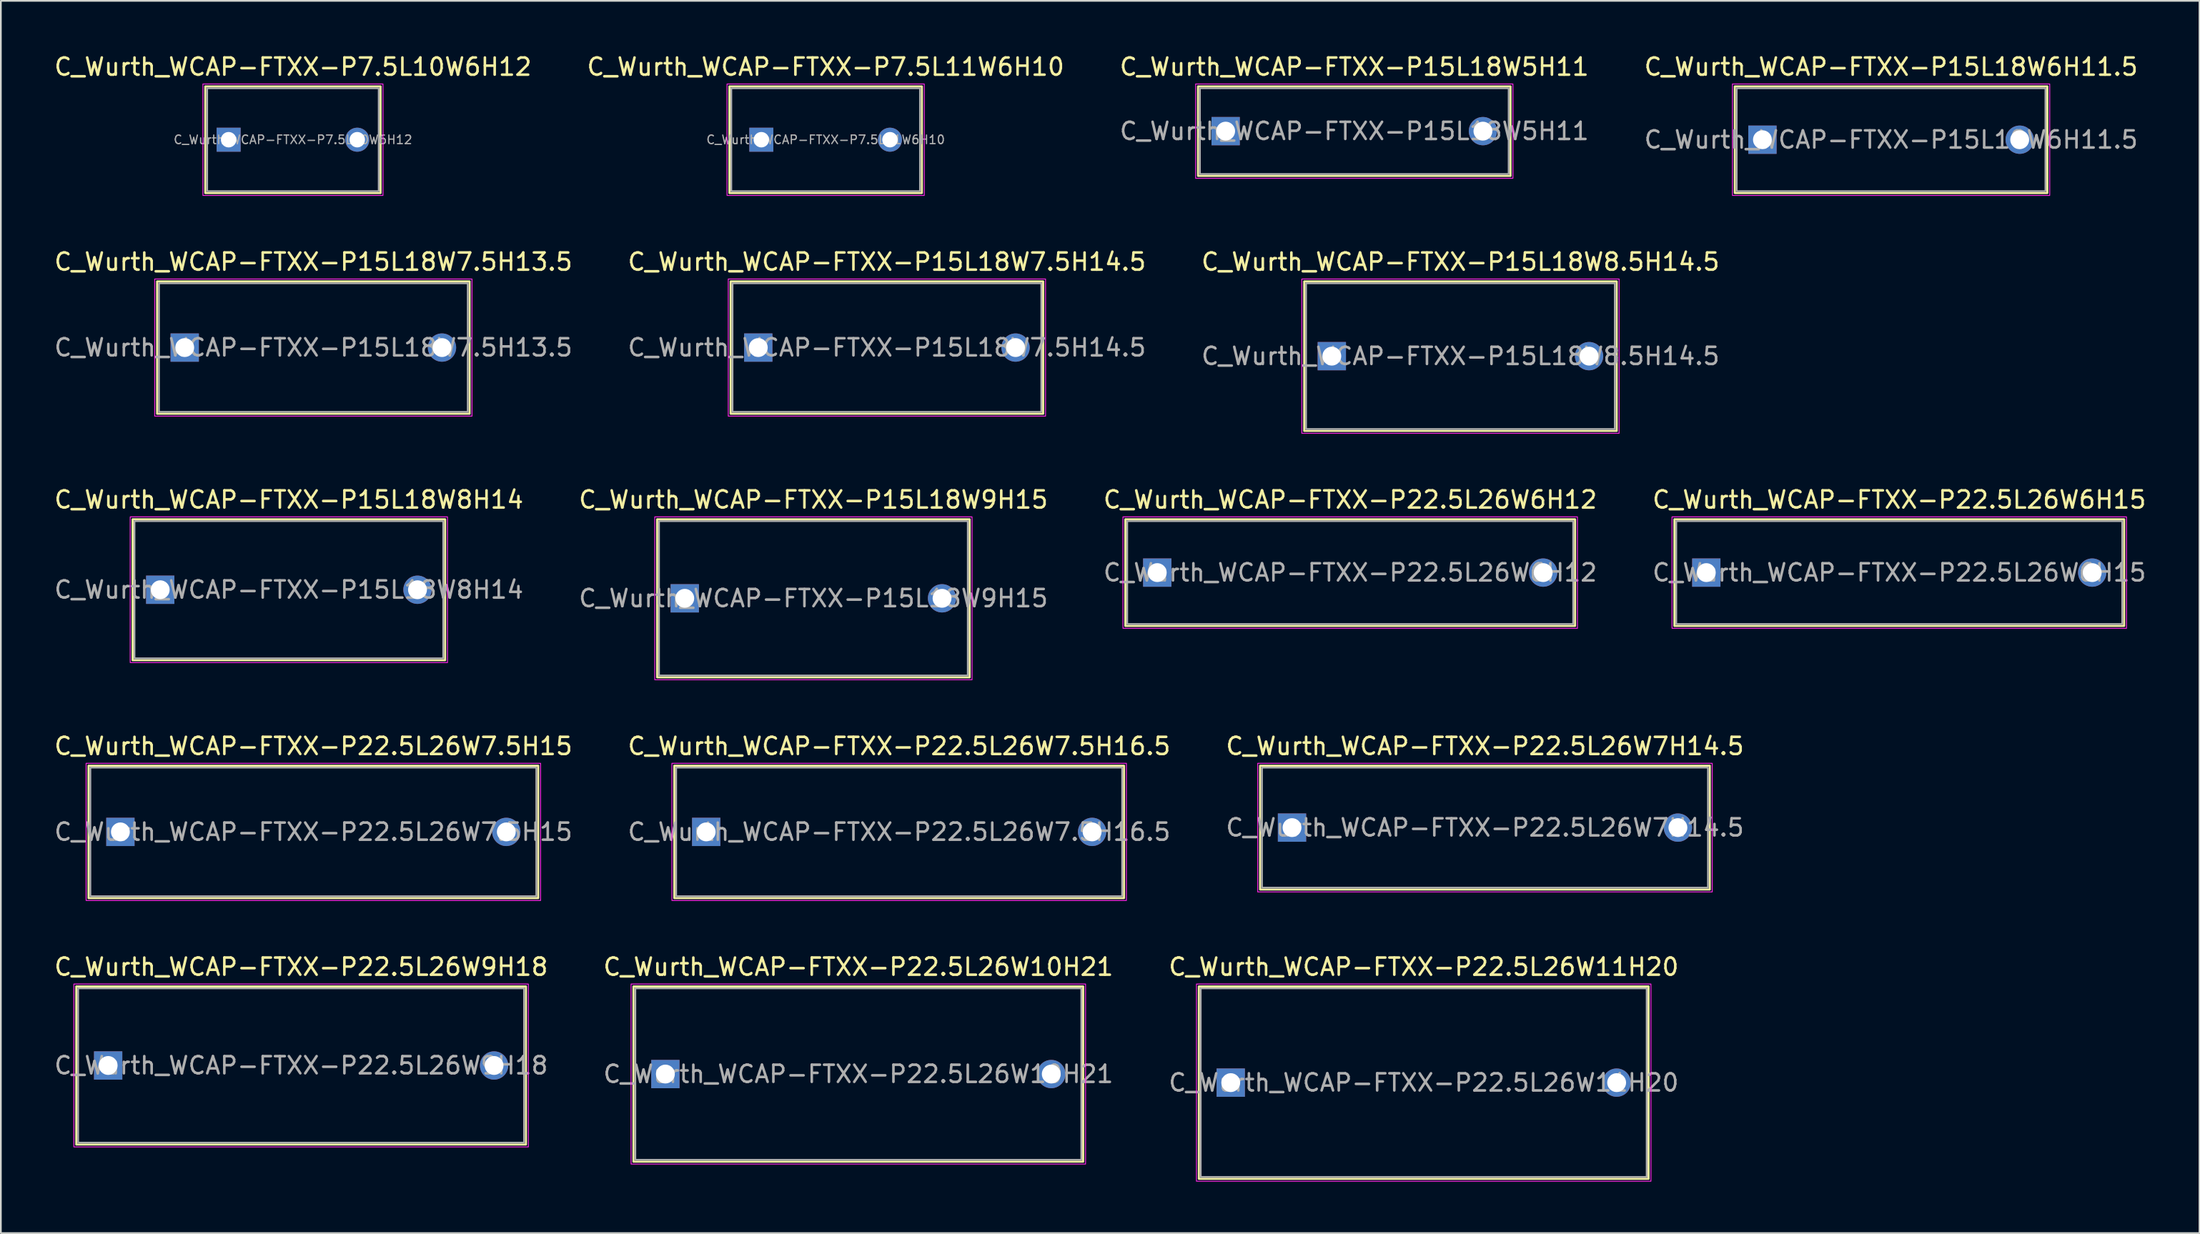
<source format=kicad_pcb>
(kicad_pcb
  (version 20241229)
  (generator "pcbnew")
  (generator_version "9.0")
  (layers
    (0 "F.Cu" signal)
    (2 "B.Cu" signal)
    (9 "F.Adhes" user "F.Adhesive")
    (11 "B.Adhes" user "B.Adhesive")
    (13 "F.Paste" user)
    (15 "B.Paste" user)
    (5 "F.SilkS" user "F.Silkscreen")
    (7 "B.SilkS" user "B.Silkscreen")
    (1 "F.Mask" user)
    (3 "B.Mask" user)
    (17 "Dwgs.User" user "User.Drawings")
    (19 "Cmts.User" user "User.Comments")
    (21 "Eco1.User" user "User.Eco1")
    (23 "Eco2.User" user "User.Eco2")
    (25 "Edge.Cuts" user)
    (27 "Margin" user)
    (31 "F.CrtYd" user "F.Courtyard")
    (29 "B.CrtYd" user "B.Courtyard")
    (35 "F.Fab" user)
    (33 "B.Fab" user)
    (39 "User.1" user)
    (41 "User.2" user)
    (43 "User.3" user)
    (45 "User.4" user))
  (footprint "C_Wurth_WCAP-FTXX-P15L18W7.5H14.5"
    (layer "F.Cu")
    (at 41.161 17.221)
    (property "Reference" "C_Wurth_WCAP-FTXX-P15L18W7.5H14.5" (at 7.5 -5 0) (unlocked yes) (layer "F.SilkS") (effects (font (size 1 1) (thickness 0.15))))
    (attr through_hole)
    (fp_rect (start -1.61 -3.86) (end 16.61 3.86) (stroke (width 0.12) (type solid)) (fill no) (layer "F.SilkS"))
    (fp_rect (start -1.75 -4) (end 16.75 4) (stroke (width 0.05) (type solid)) (fill no) (layer "F.CrtYd"))
    (fp_rect (start -1.5 -3.75) (end 16.5 3.75) (stroke (width 0.1) (type solid)) (fill no) (layer "F.Fab"))
    (fp_text user "${REFERENCE}" (at 7.5 0 0) (unlocked yes) (layer "F.Fab") (effects (font (size 1 1) (thickness 0.15))))
    (pad "1" thru_hole rect (at 0 0) (size 1.65 1.65) (drill 1.1) (layers "*.Cu" "*.Mask"))
    (pad "2" thru_hole circle (at 15 0) (size 1.65 1.65) (drill 1.1) (layers "*.Cu" "*.Mask")))
  (footprint "C_Wurth_WCAP-FTXX-P22.5L26W7H14.5"
    (layer "F.Cu")
    (at 72.28 45.218)
    (property "Reference" "C_Wurth_WCAP-FTXX-P22.5L26W7H14.5" (at 11.25 -4.75 0) (unlocked yes) (layer "F.SilkS") (effects (font (size 1 1) (thickness 0.15))))
    (attr through_hole)
    (fp_rect (start -1.86 -3.61) (end 24.36 3.61) (stroke (width 0.12) (type solid)) (fill no) (layer "F.SilkS"))
    (fp_rect (start -2 -3.75) (end 24.5 3.75) (stroke (width 0.05) (type solid)) (fill no) (layer "F.CrtYd"))
    (fp_rect (start -1.75 -3.5) (end 24.25 3.5) (stroke (width 0.1) (type solid)) (fill no) (layer "F.Fab"))
    (fp_text user "${REFERENCE}" (at 11.25 0 0) (unlocked yes) (layer "F.Fab") (effects (font (size 1 1) (thickness 0.15))))
    (pad "1" thru_hole rect (at 0 0) (size 1.65 1.65) (drill 1.1) (layers "*.Cu" "*.Mask"))
    (pad "2" thru_hole circle (at 22.5 0) (size 1.65 1.65) (drill 1.1) (layers "*.Cu" "*.Mask")))
  (footprint "C_Wurth_WCAP-FTXX-P22.5L26W9H18"
    (layer "F.Cu")
    (at 3.256 59.091)
    (property "Reference" "C_Wurth_WCAP-FTXX-P22.5L26W9H18" (at 11.25 -5.75 0) (unlocked yes) (layer "F.SilkS") (effects (font (size 1 1) (thickness 0.15))))
    (attr through_hole)
    (fp_rect (start -1.86 -4.61) (end 24.36 4.61) (stroke (width 0.12) (type solid)) (fill no) (layer "F.SilkS"))
    (fp_rect (start -2 -4.75) (end 24.5 4.75) (stroke (width 0.05) (type solid)) (fill no) (layer "F.CrtYd"))
    (fp_rect (start -1.75 -4.5) (end 24.25 4.5) (stroke (width 0.1) (type solid)) (fill no) (layer "F.Fab"))
    (fp_text user "${REFERENCE}" (at 11.25 0 0) (unlocked yes) (layer "F.Fab") (effects (font (size 1 1) (thickness 0.15))))
    (pad "1" thru_hole rect (at 0 0) (size 1.65 1.65) (drill 1.1) (layers "*.Cu" "*.Mask"))
    (pad "2" thru_hole circle (at 22.5 0) (size 1.65 1.65) (drill 1.1) (layers "*.Cu" "*.Mask")))
  (footprint "C_Wurth_WCAP-FTXX-P7.5L11W6H10"
    (layer "F.Cu")
    (at 41.339 5.098)
    (property "Reference" "C_Wurth_WCAP-FTXX-P7.5L11W6H10" (at 3.75 -4.25 0) (unlocked yes) (layer "F.SilkS") (effects (font (size 1 1) (thickness 0.15))))
    (attr through_hole)
    (fp_rect (start -1.86 -3.11) (end 9.36 3.11) (stroke (width 0.12) (type solid)) (fill no) (layer "F.SilkS"))
    (fp_rect (start -2 -3.25) (end 9.5 3.25) (stroke (width 0.05) (type solid)) (fill no) (layer "F.CrtYd"))
    (fp_rect (start -1.75 -3) (end 9.25 3) (stroke (width 0.1) (type solid)) (fill no) (layer "F.Fab"))
    (fp_text user "${REFERENCE}" (at 3.75 0 0) (unlocked yes) (layer "F.Fab") (effects (font (size 0.5 0.5) (thickness 0.075))))
    (pad "1" thru_hole rect (at 0 0) (size 1.4 1.4) (drill 0.9) (layers "*.Cu" "*.Mask"))
    (pad "2" thru_hole circle (at 7.5 0) (size 1.4 1.4) (drill 0.9) (layers "*.Cu" "*.Mask")))
  (footprint "C_Wurth_WCAP-FTXX-P22.5L26W7.5H15"
    (layer "F.Cu")
    (at 3.97 45.468)
    (property "Reference" "C_Wurth_WCAP-FTXX-P22.5L26W7.5H15" (at 11.25 -5 0) (unlocked yes) (layer "F.SilkS") (effects (font (size 1 1) (thickness 0.15))))
    (attr through_hole)
    (fp_rect (start -1.86 -3.86) (end 24.36 3.86) (stroke (width 0.12) (type solid)) (fill no) (layer "F.SilkS"))
    (fp_rect (start -2 -4) (end 24.5 4) (stroke (width 0.05) (type solid)) (fill no) (layer "F.CrtYd"))
    (fp_rect (start -1.75 -3.75) (end 24.25 3.75) (stroke (width 0.1) (type solid)) (fill no) (layer "F.Fab"))
    (fp_text user "${REFERENCE}" (at 11.25 0 0) (unlocked yes) (layer "F.Fab") (effects (font (size 1 1) (thickness 0.15))))
    (pad "1" thru_hole rect (at 0 0) (size 1.65 1.65) (drill 1.1) (layers "*.Cu" "*.Mask"))
    (pad "2" thru_hole circle (at 22.5 0) (size 1.65 1.65) (drill 1.1) (layers "*.Cu" "*.Mask")))
  (footprint "C_Wurth_WCAP-FTXX-P15L18W5H11"
    (layer "F.Cu")
    (at 68.411 4.598)
    (property "Reference" "C_Wurth_WCAP-FTXX-P15L18W5H11" (at 7.5 -3.75 0) (unlocked yes) (layer "F.SilkS") (effects (font (size 1 1) (thickness 0.15))))
    (attr through_hole)
    (fp_rect (start -1.61 -2.61) (end 16.61 2.61) (stroke (width 0.12) (type solid)) (fill no) (layer "F.SilkS"))
    (fp_rect (start -1.75 -2.75) (end 16.75 2.75) (stroke (width 0.05) (type solid)) (fill no) (layer "F.CrtYd"))
    (fp_rect (start -1.5 -2.5) (end 16.5 2.5) (stroke (width 0.1) (type solid)) (fill no) (layer "F.Fab"))
    (fp_text user "${REFERENCE}" (at 7.5 0 0) (unlocked yes) (layer "F.Fab") (effects (font (size 1 1) (thickness 0.15))))
    (pad "1" thru_hole rect (at 0 0) (size 1.65 1.65) (drill 1.1) (layers "*.Cu" "*.Mask"))
    (pad "2" thru_hole circle (at 15 0) (size 1.65 1.65) (drill 1.1) (layers "*.Cu" "*.Mask")))
  (footprint "C_Wurth_WCAP-FTXX-P15L18W7.5H13.5"
    (layer "F.Cu")
    (at 7.72 17.221)
    (property "Reference" "C_Wurth_WCAP-FTXX-P15L18W7.5H13.5" (at 7.5 -5 0) (unlocked yes) (layer "F.SilkS") (effects (font (size 1 1) (thickness 0.15))))
    (attr through_hole)
    (fp_rect (start -1.61 -3.86) (end 16.61 3.86) (stroke (width 0.12) (type solid)) (fill no) (layer "F.SilkS"))
    (fp_rect (start -1.75 -4) (end 16.75 4) (stroke (width 0.05) (type solid)) (fill no) (layer "F.CrtYd"))
    (fp_rect (start -1.5 -3.75) (end 16.5 3.75) (stroke (width 0.1) (type solid)) (fill no) (layer "F.Fab"))
    (fp_text user "${REFERENCE}" (at 7.5 0 0) (unlocked yes) (layer "F.Fab") (effects (font (size 1 1) (thickness 0.15))))
    (pad "1" thru_hole rect (at 0 0) (size 1.65 1.65) (drill 1.1) (layers "*.Cu" "*.Mask"))
    (pad "2" thru_hole circle (at 15 0) (size 1.65 1.65) (drill 1.1) (layers "*.Cu" "*.Mask")))
  (footprint "C_Wurth_WCAP-FTXX-P7.5L10W6H12"
    (layer "F.Cu")
    (at 10.28 5.098)
    (property "Reference" "C_Wurth_WCAP-FTXX-P7.5L10W6H12" (at 3.75 -4.25 0) (unlocked yes) (layer "F.SilkS") (effects (font (size 1 1) (thickness 0.15))))
    (attr through_hole)
    (fp_rect (start -1.36 -3.11) (end 8.86 3.11) (stroke (width 0.12) (type solid)) (fill no) (layer "F.SilkS"))
    (fp_rect (start -1.5 -3.25) (end 9 3.25) (stroke (width 0.05) (type solid)) (fill no) (layer "F.CrtYd"))
    (fp_rect (start -1.25 -3) (end 8.75 3) (stroke (width 0.1) (type solid)) (fill no) (layer "F.Fab"))
    (fp_text user "${REFERENCE}" (at 3.75 0 0) (unlocked yes) (layer "F.Fab") (effects (font (size 0.5 0.5) (thickness 0.075))))
    (pad "1" thru_hole rect (at 0 0) (size 1.4 1.4) (drill 0.9) (layers "*.Cu" "*.Mask"))
    (pad "2" thru_hole circle (at 7.5 0) (size 1.4 1.4) (drill 0.9) (layers "*.Cu" "*.Mask")))
  (footprint "C_Wurth_WCAP-FTXX-P22.5L26W7.5H16.5"
    (layer "F.Cu")
    (at 38.125 45.468)
    (property "Reference" "C_Wurth_WCAP-FTXX-P22.5L26W7.5H16.5" (at 11.25 -5 0) (unlocked yes) (layer "F.SilkS") (effects (font (size 1 1) (thickness 0.15))))
    (attr through_hole)
    (fp_rect (start -1.86 -3.86) (end 24.36 3.86) (stroke (width 0.12) (type solid)) (fill no) (layer "F.SilkS"))
    (fp_rect (start -2 -4) (end 24.5 4) (stroke (width 0.05) (type solid)) (fill no) (layer "F.CrtYd"))
    (fp_rect (start -1.75 -3.75) (end 24.25 3.75) (stroke (width 0.1) (type solid)) (fill no) (layer "F.Fab"))
    (fp_text user "${REFERENCE}" (at 11.25 0 0) (unlocked yes) (layer "F.Fab") (effects (font (size 1 1) (thickness 0.15))))
    (pad "1" thru_hole rect (at 0 0) (size 1.65 1.65) (drill 1.1) (layers "*.Cu" "*.Mask"))
    (pad "2" thru_hole circle (at 22.5 0) (size 1.65 1.65) (drill 1.1) (layers "*.Cu" "*.Mask")))
  (footprint "C_Wurth_WCAP-FTXX-P22.5L26W6H12"
    (layer "F.Cu")
    (at 64.423 30.345)
    (property "Reference" "C_Wurth_WCAP-FTXX-P22.5L26W6H12" (at 11.25 -4.25 0) (unlocked yes) (layer "F.SilkS") (effects (font (size 1 1) (thickness 0.15))))
    (attr through_hole)
    (fp_rect (start -1.86 -3.11) (end 24.36 3.11) (stroke (width 0.12) (type solid)) (fill no) (layer "F.SilkS"))
    (fp_rect (start -2 -3.25) (end 24.5 3.25) (stroke (width 0.05) (type solid)) (fill no) (layer "F.CrtYd"))
    (fp_rect (start -1.75 -3) (end 24.25 3) (stroke (width 0.1) (type solid)) (fill no) (layer "F.Fab"))
    (fp_text user "${REFERENCE}" (at 11.25 0 0) (unlocked yes) (layer "F.Fab") (effects (font (size 1 1) (thickness 0.15))))
    (pad "1" thru_hole rect (at 0 0) (size 1.65 1.65) (drill 1.1) (layers "*.Cu" "*.Mask"))
    (pad "2" thru_hole circle (at 22.5 0) (size 1.65 1.65) (drill 1.1) (layers "*.Cu" "*.Mask")))
  (footprint "C_Wurth_WCAP-FTXX-P22.5L26W6H15"
    (layer "F.Cu")
    (at 96.435 30.345)
    (property "Reference" "C_Wurth_WCAP-FTXX-P22.5L26W6H15" (at 11.25 -4.25 0) (unlocked yes) (layer "F.SilkS") (effects (font (size 1 1) (thickness 0.15))))
    (attr through_hole)
    (fp_rect (start -1.86 -3.11) (end 24.36 3.11) (stroke (width 0.12) (type solid)) (fill no) (layer "F.SilkS"))
    (fp_rect (start -2 -3.25) (end 24.5 3.25) (stroke (width 0.05) (type solid)) (fill no) (layer "F.CrtYd"))
    (fp_rect (start -1.75 -3) (end 24.25 3) (stroke (width 0.1) (type solid)) (fill no) (layer "F.Fab"))
    (fp_text user "${REFERENCE}" (at 11.25 0 0) (unlocked yes) (layer "F.Fab") (effects (font (size 1 1) (thickness 0.15))))
    (pad "1" thru_hole rect (at 0 0) (size 1.65 1.65) (drill 1.1) (layers "*.Cu" "*.Mask"))
    (pad "2" thru_hole circle (at 22.5 0) (size 1.65 1.65) (drill 1.1) (layers "*.Cu" "*.Mask")))
  (footprint "C_Wurth_WCAP-FTXX-P15L18W9H15"
    (layer "F.Cu")
    (at 36.875 31.845)
    (property "Reference" "C_Wurth_WCAP-FTXX-P15L18W9H15" (at 7.5 -5.75 0) (unlocked yes) (layer "F.SilkS") (effects (font (size 1 1) (thickness 0.15))))
    (attr through_hole)
    (fp_rect (start -1.61 -4.61) (end 16.61 4.61) (stroke (width 0.12) (type solid)) (fill no) (layer "F.SilkS"))
    (fp_rect (start -1.75 -4.75) (end 16.75 4.75) (stroke (width 0.05) (type solid)) (fill no) (layer "F.CrtYd"))
    (fp_rect (start -1.5 -4.5) (end 16.5 4.5) (stroke (width 0.1) (type solid)) (fill no) (layer "F.Fab"))
    (fp_text user "${REFERENCE}" (at 7.5 0 0) (unlocked yes) (layer "F.Fab") (effects (font (size 1 1) (thickness 0.15))))
    (pad "1" thru_hole rect (at 0 0) (size 1.65 1.65) (drill 1.1) (layers "*.Cu" "*.Mask"))
    (pad "2" thru_hole circle (at 15 0) (size 1.65 1.65) (drill 1.1) (layers "*.Cu" "*.Mask")))
  (footprint "C_Wurth_WCAP-FTXX-P15L18W8H14"
    (layer "F.Cu")
    (at 6.292 31.345)
    (property "Reference" "C_Wurth_WCAP-FTXX-P15L18W8H14" (at 7.5 -5.25 0) (unlocked yes) (layer "F.SilkS") (effects (font (size 1 1) (thickness 0.15))))
    (attr through_hole)
    (fp_rect (start -1.61 -4.11) (end 16.61 4.11) (stroke (width 0.12) (type solid)) (fill no) (layer "F.SilkS"))
    (fp_rect (start -1.75 -4.25) (end 16.75 4.25) (stroke (width 0.05) (type solid)) (fill no) (layer "F.CrtYd"))
    (fp_rect (start -1.5 -4) (end 16.5 4) (stroke (width 0.1) (type solid)) (fill no) (layer "F.Fab"))
    (fp_text user "${REFERENCE}" (at 7.5 0 0) (unlocked yes) (layer "F.Fab") (effects (font (size 1 1) (thickness 0.15))))
    (pad "1" thru_hole rect (at 0 0) (size 1.65 1.65) (drill 1.1) (layers "*.Cu" "*.Mask"))
    (pad "2" thru_hole circle (at 15 0) (size 1.65 1.65) (drill 1.1) (layers "*.Cu" "*.Mask")))
  (footprint "C_Wurth_WCAP-FTXX-P22.5L26W10H21"
    (layer "F.Cu")
    (at 35.744 59.591)
    (property "Reference" "C_Wurth_WCAP-FTXX-P22.5L26W10H21" (at 11.25 -6.25 0) (unlocked yes) (layer "F.SilkS") (effects (font (size 1 1) (thickness 0.15))))
    (attr through_hole)
    (fp_rect (start -1.86 -5.11) (end 24.36 5.11) (stroke (width 0.12) (type solid)) (fill no) (layer "F.SilkS"))
    (fp_rect (start -2 -5.25) (end 24.5 5.25) (stroke (width 0.05) (type solid)) (fill no) (layer "F.CrtYd"))
    (fp_rect (start -1.75 -5) (end 24.25 5) (stroke (width 0.1) (type solid)) (fill no) (layer "F.Fab"))
    (fp_text user "${REFERENCE}" (at 11.25 0 0) (unlocked yes) (layer "F.Fab") (effects (font (size 1 1) (thickness 0.15))))
    (pad "1" thru_hole rect (at 0 0) (size 1.65 1.65) (drill 1.1) (layers "*.Cu" "*.Mask"))
    (pad "2" thru_hole circle (at 22.5 0) (size 1.65 1.65) (drill 1.1) (layers "*.Cu" "*.Mask")))
  (footprint "C_Wurth_WCAP-FTXX-P22.5L26W11H20"
    (layer "F.Cu")
    (at 68.708 60.091)
    (property "Reference" "C_Wurth_WCAP-FTXX-P22.5L26W11H20" (at 11.25 -6.75 0) (unlocked yes) (layer "F.SilkS") (effects (font (size 1 1) (thickness 0.15))))
    (attr through_hole)
    (fp_rect (start -1.86 -5.61) (end 24.36 5.61) (stroke (width 0.12) (type solid)) (fill no) (layer "F.SilkS"))
    (fp_rect (start -2 -5.75) (end 24.5 5.75) (stroke (width 0.05) (type solid)) (fill no) (layer "F.CrtYd"))
    (fp_rect (start -1.75 -5.5) (end 24.25 5.5) (stroke (width 0.1) (type solid)) (fill no) (layer "F.Fab"))
    (fp_text user "${REFERENCE}" (at 11.25 0 0) (unlocked yes) (layer "F.Fab") (effects (font (size 1 1) (thickness 0.15))))
    (pad "1" thru_hole rect (at 0 0) (size 1.65 1.65) (drill 1.1) (layers "*.Cu" "*.Mask"))
    (pad "2" thru_hole circle (at 22.5 0) (size 1.65 1.65) (drill 1.1) (layers "*.Cu" "*.Mask")))
  (footprint "C_Wurth_WCAP-FTXX-P15L18W8.5H14.5"
    (layer "F.Cu")
    (at 74.601 17.721)
    (property "Reference" "C_Wurth_WCAP-FTXX-P15L18W8.5H14.5" (at 7.5 -5.5 0) (unlocked yes) (layer "F.SilkS") (effects (font (size 1 1) (thickness 0.15))))
    (attr through_hole)
    (fp_rect (start -1.61 -4.36) (end 16.61 4.36) (stroke (width 0.12) (type solid)) (fill no) (layer "F.SilkS"))
    (fp_rect (start -1.75 -4.5) (end 16.75 4.5) (stroke (width 0.05) (type solid)) (fill no) (layer "F.CrtYd"))
    (fp_rect (start -1.5 -4.25) (end 16.5 4.25) (stroke (width 0.1) (type solid)) (fill no) (layer "F.Fab"))
    (fp_text user "${REFERENCE}" (at 7.5 0 0) (unlocked yes) (layer "F.Fab") (effects (font (size 1 1) (thickness 0.15))))
    (pad "1" thru_hole rect (at 0 0) (size 1.65 1.65) (drill 1.1) (layers "*.Cu" "*.Mask"))
    (pad "2" thru_hole circle (at 15 0) (size 1.65 1.65) (drill 1.1) (layers "*.Cu" "*.Mask")))
  (footprint "C_Wurth_WCAP-FTXX-P15L18W6H11.5"
    (layer "F.Cu")
    (at 99.708 5.098)
    (property "Reference" "C_Wurth_WCAP-FTXX-P15L18W6H11.5" (at 7.5 -4.25 0) (unlocked yes) (layer "F.SilkS") (effects (font (size 1 1) (thickness 0.15))))
    (attr through_hole)
    (fp_rect (start -1.61 -3.11) (end 16.61 3.11) (stroke (width 0.12) (type solid)) (fill no) (layer "F.SilkS"))
    (fp_rect (start -1.75 -3.25) (end 16.75 3.25) (stroke (width 0.05) (type solid)) (fill no) (layer "F.CrtYd"))
    (fp_rect (start -1.5 -3) (end 16.5 3) (stroke (width 0.1) (type solid)) (fill no) (layer "F.Fab"))
    (fp_text user "${REFERENCE}" (at 7.5 0 0) (unlocked yes) (layer "F.Fab") (effects (font (size 1 1) (thickness 0.15))))
    (pad "1" thru_hole rect (at 0 0) (size 1.65 1.65) (drill 1.1) (layers "*.Cu" "*.Mask"))
    (pad "2" thru_hole circle (at 15 0) (size 1.65 1.65) (drill 1.1) (layers "*.Cu" "*.Mask")))
  (gr_rect
    (start -3 -3)
    (end 125.19 68.866)
    (stroke (width 0.1) (type default))
    (fill no)
    (layer "Edge.Cuts")))
</source>
